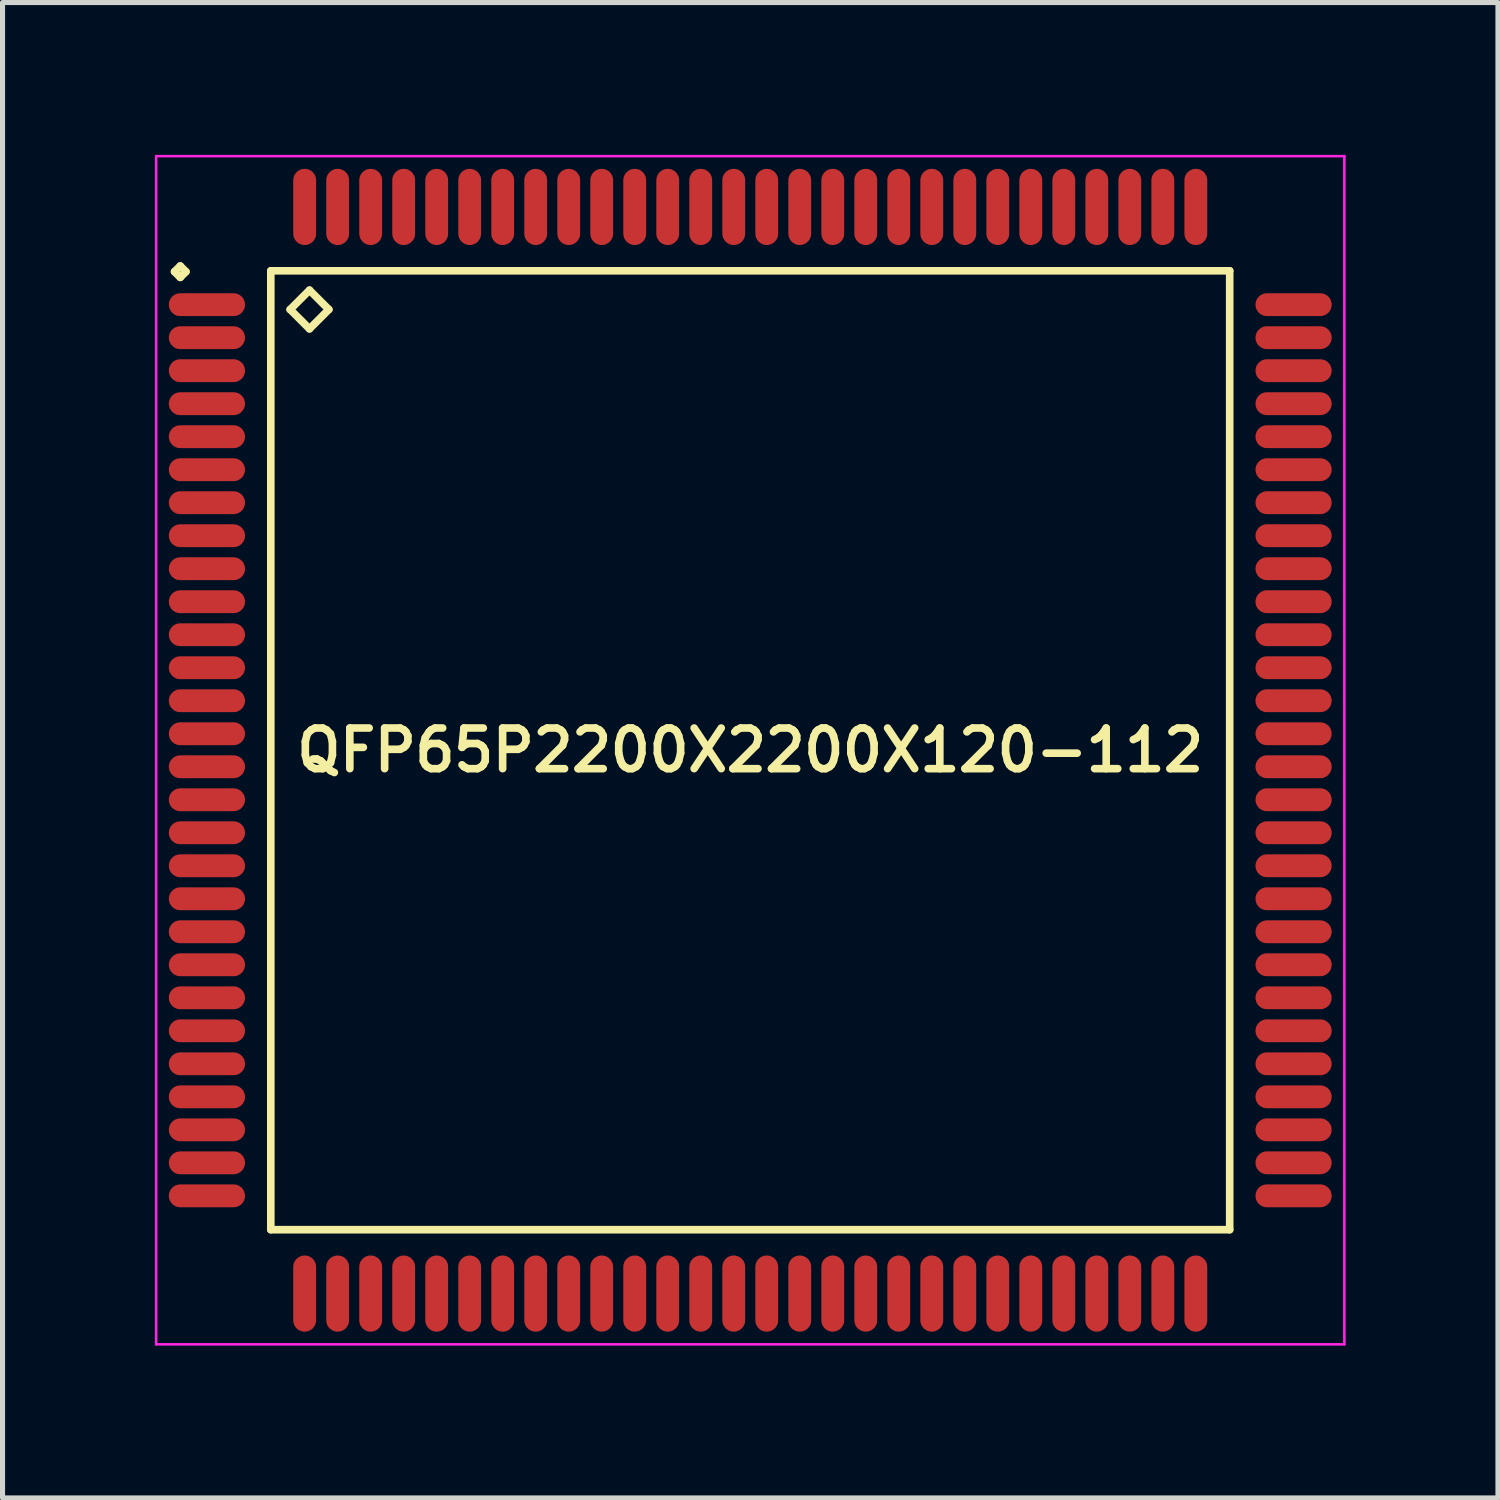
<source format=kicad_pcb>
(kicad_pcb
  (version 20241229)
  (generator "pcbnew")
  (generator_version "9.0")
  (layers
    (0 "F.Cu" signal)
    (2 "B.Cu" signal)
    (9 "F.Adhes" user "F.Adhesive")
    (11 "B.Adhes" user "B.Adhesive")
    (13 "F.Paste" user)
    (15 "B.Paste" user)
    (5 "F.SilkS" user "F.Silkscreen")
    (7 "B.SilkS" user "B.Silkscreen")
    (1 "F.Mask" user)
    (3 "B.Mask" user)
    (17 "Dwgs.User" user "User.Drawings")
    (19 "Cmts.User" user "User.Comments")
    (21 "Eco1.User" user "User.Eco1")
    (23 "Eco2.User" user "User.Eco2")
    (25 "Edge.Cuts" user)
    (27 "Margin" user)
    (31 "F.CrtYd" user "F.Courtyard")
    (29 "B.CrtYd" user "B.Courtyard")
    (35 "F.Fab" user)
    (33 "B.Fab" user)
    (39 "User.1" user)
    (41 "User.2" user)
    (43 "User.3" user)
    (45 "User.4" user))
  (footprint "QFP65P2200X2200X120-112"
    (layer "F.Cu")
    (at 11.725 11.725)
    (property "Reference" "QFP65P2200X2200X120-112" (at 0 0 0) (layer "F.SilkS") (effects (font (size 0.8 0.8) (thickness 0.15))))
    (attr smd)
    (fp_line (start -11.338 -9.425) (end -11.225 -9.537) (stroke (width 0.15) (type solid)) (layer "F.SilkS"))
    (fp_line (start -11.225 -9.537) (end -11.113 -9.425) (stroke (width 0.15) (type solid)) (layer "F.SilkS"))
    (fp_line (start -11.225 -9.312) (end -11.338 -9.425) (stroke (width 0.15) (type solid)) (layer "F.SilkS"))
    (fp_line (start -11.113 -9.425) (end -11.225 -9.312) (stroke (width 0.15) (type solid)) (layer "F.SilkS"))
    (fp_line (start -9.442 -9.442) (end -9.442 9.442) (stroke (width 0.15) (type solid)) (layer "F.SilkS"))
    (fp_line (start -9.442 9.442) (end 9.442 9.442) (stroke (width 0.15) (type solid)) (layer "F.SilkS"))
    (fp_line (start -9.061 -8.68) (end -8.68 -9.061) (stroke (width 0.15) (type solid)) (layer "F.SilkS"))
    (fp_line (start -8.68 -9.061) (end -8.299 -8.68) (stroke (width 0.15) (type solid)) (layer "F.SilkS"))
    (fp_line (start -8.68 -8.299) (end -9.061 -8.68) (stroke (width 0.15) (type solid)) (layer "F.SilkS"))
    (fp_line (start -8.299 -8.68) (end -8.68 -8.299) (stroke (width 0.15) (type solid)) (layer "F.SilkS"))
    (fp_line (start 9.442 -9.442) (end -9.442 -9.442) (stroke (width 0.15) (type solid)) (layer "F.SilkS"))
    (fp_line (start 9.442 9.442) (end 9.442 -9.442) (stroke (width 0.15) (type solid)) (layer "F.SilkS"))
    (fp_line (start -11.7 -11.7) (end 11.7 -11.7) (stroke (width 0.05) (type solid)) (layer "F.CrtYd"))
    (fp_line (start -11.7 11.7) (end -11.7 -11.7) (stroke (width 0.05) (type solid)) (layer "F.CrtYd"))
    (fp_line (start 11.7 -11.7) (end 11.7 11.7) (stroke (width 0.05) (type solid)) (layer "F.CrtYd"))
    (fp_line (start 11.7 11.7) (end -11.7 11.7) (stroke (width 0.05) (type solid)) (layer "F.CrtYd"))
    (pad "1" smd oval (at -10.7 -8.775) (size 1.5 0.45) (layers "F.Cu" "F.Mask" "F.Paste"))
    (pad "2" smd oval (at -10.7 -8.125) (size 1.5 0.45) (layers "F.Cu" "F.Mask" "F.Paste"))
    (pad "3" smd oval (at -10.7 -7.475) (size 1.5 0.45) (layers "F.Cu" "F.Mask" "F.Paste"))
    (pad "4" smd oval (at -10.7 -6.825) (size 1.5 0.45) (layers "F.Cu" "F.Mask" "F.Paste"))
    (pad "5" smd oval (at -10.7 -6.175) (size 1.5 0.45) (layers "F.Cu" "F.Mask" "F.Paste"))
    (pad "6" smd oval (at -10.7 -5.525) (size 1.5 0.45) (layers "F.Cu" "F.Mask" "F.Paste"))
    (pad "7" smd oval (at -10.7 -4.875) (size 1.5 0.45) (layers "F.Cu" "F.Mask" "F.Paste"))
    (pad "8" smd oval (at -10.7 -4.225) (size 1.5 0.45) (layers "F.Cu" "F.Mask" "F.Paste"))
    (pad "9" smd oval (at -10.7 -3.575) (size 1.5 0.45) (layers "F.Cu" "F.Mask" "F.Paste"))
    (pad "10" smd oval (at -10.7 -2.925) (size 1.5 0.45) (layers "F.Cu" "F.Mask" "F.Paste"))
    (pad "11" smd oval (at -10.7 -2.275) (size 1.5 0.45) (layers "F.Cu" "F.Mask" "F.Paste"))
    (pad "12" smd oval (at -10.7 -1.625) (size 1.5 0.45) (layers "F.Cu" "F.Mask" "F.Paste"))
    (pad "13" smd oval (at -10.7 -0.975) (size 1.5 0.45) (layers "F.Cu" "F.Mask" "F.Paste"))
    (pad "14" smd oval (at -10.7 -0.325) (size 1.5 0.45) (layers "F.Cu" "F.Mask" "F.Paste"))
    (pad "15" smd oval (at -10.7 0.325) (size 1.5 0.45) (layers "F.Cu" "F.Mask" "F.Paste"))
    (pad "16" smd oval (at -10.7 0.975) (size 1.5 0.45) (layers "F.Cu" "F.Mask" "F.Paste"))
    (pad "17" smd oval (at -10.7 1.625) (size 1.5 0.45) (layers "F.Cu" "F.Mask" "F.Paste"))
    (pad "18" smd oval (at -10.7 2.275) (size 1.5 0.45) (layers "F.Cu" "F.Mask" "F.Paste"))
    (pad "19" smd oval (at -10.7 2.925) (size 1.5 0.45) (layers "F.Cu" "F.Mask" "F.Paste"))
    (pad "20" smd oval (at -10.7 3.575) (size 1.5 0.45) (layers "F.Cu" "F.Mask" "F.Paste"))
    (pad "21" smd oval (at -10.7 4.225) (size 1.5 0.45) (layers "F.Cu" "F.Mask" "F.Paste"))
    (pad "22" smd oval (at -10.7 4.875) (size 1.5 0.45) (layers "F.Cu" "F.Mask" "F.Paste"))
    (pad "23" smd oval (at -10.7 5.525) (size 1.5 0.45) (layers "F.Cu" "F.Mask" "F.Paste"))
    (pad "24" smd oval (at -10.7 6.175) (size 1.5 0.45) (layers "F.Cu" "F.Mask" "F.Paste"))
    (pad "25" smd oval (at -10.7 6.825) (size 1.5 0.45) (layers "F.Cu" "F.Mask" "F.Paste"))
    (pad "26" smd oval (at -10.7 7.475) (size 1.5 0.45) (layers "F.Cu" "F.Mask" "F.Paste"))
    (pad "27" smd oval (at -10.7 8.125) (size 1.5 0.45) (layers "F.Cu" "F.Mask" "F.Paste"))
    (pad "28" smd oval (at -10.7 8.775) (size 1.5 0.45) (layers "F.Cu" "F.Mask" "F.Paste"))
    (pad "29" smd oval (at -8.775 10.7) (size 0.45 1.5) (layers "F.Cu" "F.Mask" "F.Paste"))
    (pad "30" smd oval (at -8.125 10.7) (size 0.45 1.5) (layers "F.Cu" "F.Mask" "F.Paste"))
    (pad "31" smd oval (at -7.475 10.7) (size 0.45 1.5) (layers "F.Cu" "F.Mask" "F.Paste"))
    (pad "32" smd oval (at -6.825 10.7) (size 0.45 1.5) (layers "F.Cu" "F.Mask" "F.Paste"))
    (pad "33" smd oval (at -6.175 10.7) (size 0.45 1.5) (layers "F.Cu" "F.Mask" "F.Paste"))
    (pad "34" smd oval (at -5.525 10.7) (size 0.45 1.5) (layers "F.Cu" "F.Mask" "F.Paste"))
    (pad "35" smd oval (at -4.875 10.7) (size 0.45 1.5) (layers "F.Cu" "F.Mask" "F.Paste"))
    (pad "36" smd oval (at -4.225 10.7) (size 0.45 1.5) (layers "F.Cu" "F.Mask" "F.Paste"))
    (pad "37" smd oval (at -3.575 10.7) (size 0.45 1.5) (layers "F.Cu" "F.Mask" "F.Paste"))
    (pad "38" smd oval (at -2.925 10.7) (size 0.45 1.5) (layers "F.Cu" "F.Mask" "F.Paste"))
    (pad "39" smd oval (at -2.275 10.7) (size 0.45 1.5) (layers "F.Cu" "F.Mask" "F.Paste"))
    (pad "40" smd oval (at -1.625 10.7) (size 0.45 1.5) (layers "F.Cu" "F.Mask" "F.Paste"))
    (pad "41" smd oval (at -0.975 10.7) (size 0.45 1.5) (layers "F.Cu" "F.Mask" "F.Paste"))
    (pad "42" smd oval (at -0.325 10.7) (size 0.45 1.5) (layers "F.Cu" "F.Mask" "F.Paste"))
    (pad "43" smd oval (at 0.325 10.7) (size 0.45 1.5) (layers "F.Cu" "F.Mask" "F.Paste"))
    (pad "44" smd oval (at 0.975 10.7) (size 0.45 1.5) (layers "F.Cu" "F.Mask" "F.Paste"))
    (pad "45" smd oval (at 1.625 10.7) (size 0.45 1.5) (layers "F.Cu" "F.Mask" "F.Paste"))
    (pad "46" smd oval (at 2.275 10.7) (size 0.45 1.5) (layers "F.Cu" "F.Mask" "F.Paste"))
    (pad "47" smd oval (at 2.925 10.7) (size 0.45 1.5) (layers "F.Cu" "F.Mask" "F.Paste"))
    (pad "48" smd oval (at 3.575 10.7) (size 0.45 1.5) (layers "F.Cu" "F.Mask" "F.Paste"))
    (pad "49" smd oval (at 4.225 10.7) (size 0.45 1.5) (layers "F.Cu" "F.Mask" "F.Paste"))
    (pad "50" smd oval (at 4.875 10.7) (size 0.45 1.5) (layers "F.Cu" "F.Mask" "F.Paste"))
    (pad "51" smd oval (at 5.525 10.7) (size 0.45 1.5) (layers "F.Cu" "F.Mask" "F.Paste"))
    (pad "52" smd oval (at 6.175 10.7) (size 0.45 1.5) (layers "F.Cu" "F.Mask" "F.Paste"))
    (pad "53" smd oval (at 6.825 10.7) (size 0.45 1.5) (layers "F.Cu" "F.Mask" "F.Paste"))
    (pad "54" smd oval (at 7.475 10.7) (size 0.45 1.5) (layers "F.Cu" "F.Mask" "F.Paste"))
    (pad "55" smd oval (at 8.125 10.7) (size 0.45 1.5) (layers "F.Cu" "F.Mask" "F.Paste"))
    (pad "56" smd oval (at 8.775 10.7) (size 0.45 1.5) (layers "F.Cu" "F.Mask" "F.Paste"))
    (pad "57" smd oval (at 10.7 8.775) (size 1.5 0.45) (layers "F.Cu" "F.Mask" "F.Paste"))
    (pad "58" smd oval (at 10.7 8.125) (size 1.5 0.45) (layers "F.Cu" "F.Mask" "F.Paste"))
    (pad "59" smd oval (at 10.7 7.475) (size 1.5 0.45) (layers "F.Cu" "F.Mask" "F.Paste"))
    (pad "60" smd oval (at 10.7 6.825) (size 1.5 0.45) (layers "F.Cu" "F.Mask" "F.Paste"))
    (pad "61" smd oval (at 10.7 6.175) (size 1.5 0.45) (layers "F.Cu" "F.Mask" "F.Paste"))
    (pad "62" smd oval (at 10.7 5.525) (size 1.5 0.45) (layers "F.Cu" "F.Mask" "F.Paste"))
    (pad "63" smd oval (at 10.7 4.875) (size 1.5 0.45) (layers "F.Cu" "F.Mask" "F.Paste"))
    (pad "64" smd oval (at 10.7 4.225) (size 1.5 0.45) (layers "F.Cu" "F.Mask" "F.Paste"))
    (pad "65" smd oval (at 10.7 3.575) (size 1.5 0.45) (layers "F.Cu" "F.Mask" "F.Paste"))
    (pad "66" smd oval (at 10.7 2.925) (size 1.5 0.45) (layers "F.Cu" "F.Mask" "F.Paste"))
    (pad "67" smd oval (at 10.7 2.275) (size 1.5 0.45) (layers "F.Cu" "F.Mask" "F.Paste"))
    (pad "68" smd oval (at 10.7 1.625) (size 1.5 0.45) (layers "F.Cu" "F.Mask" "F.Paste"))
    (pad "69" smd oval (at 10.7 0.975) (size 1.5 0.45) (layers "F.Cu" "F.Mask" "F.Paste"))
    (pad "70" smd oval (at 10.7 0.325) (size 1.5 0.45) (layers "F.Cu" "F.Mask" "F.Paste"))
    (pad "71" smd oval (at 10.7 -0.325) (size 1.5 0.45) (layers "F.Cu" "F.Mask" "F.Paste"))
    (pad "72" smd oval (at 10.7 -0.975) (size 1.5 0.45) (layers "F.Cu" "F.Mask" "F.Paste"))
    (pad "73" smd oval (at 10.7 -1.625) (size 1.5 0.45) (layers "F.Cu" "F.Mask" "F.Paste"))
    (pad "74" smd oval (at 10.7 -2.275) (size 1.5 0.45) (layers "F.Cu" "F.Mask" "F.Paste"))
    (pad "75" smd oval (at 10.7 -2.925) (size 1.5 0.45) (layers "F.Cu" "F.Mask" "F.Paste"))
    (pad "76" smd oval (at 10.7 -3.575) (size 1.5 0.45) (layers "F.Cu" "F.Mask" "F.Paste"))
    (pad "77" smd oval (at 10.7 -4.225) (size 1.5 0.45) (layers "F.Cu" "F.Mask" "F.Paste"))
    (pad "78" smd oval (at 10.7 -4.875) (size 1.5 0.45) (layers "F.Cu" "F.Mask" "F.Paste"))
    (pad "79" smd oval (at 10.7 -5.525) (size 1.5 0.45) (layers "F.Cu" "F.Mask" "F.Paste"))
    (pad "80" smd oval (at 10.7 -6.175) (size 1.5 0.45) (layers "F.Cu" "F.Mask" "F.Paste"))
    (pad "81" smd oval (at 10.7 -6.825) (size 1.5 0.45) (layers "F.Cu" "F.Mask" "F.Paste"))
    (pad "82" smd oval (at 10.7 -7.475) (size 1.5 0.45) (layers "F.Cu" "F.Mask" "F.Paste"))
    (pad "83" smd oval (at 10.7 -8.125) (size 1.5 0.45) (layers "F.Cu" "F.Mask" "F.Paste"))
    (pad "84" smd oval (at 10.7 -8.775) (size 1.5 0.45) (layers "F.Cu" "F.Mask" "F.Paste"))
    (pad "85" smd oval (at 8.775 -10.7) (size 0.45 1.5) (layers "F.Cu" "F.Mask" "F.Paste"))
    (pad "86" smd oval (at 8.125 -10.7) (size 0.45 1.5) (layers "F.Cu" "F.Mask" "F.Paste"))
    (pad "87" smd oval (at 7.475 -10.7) (size 0.45 1.5) (layers "F.Cu" "F.Mask" "F.Paste"))
    (pad "88" smd oval (at 6.825 -10.7) (size 0.45 1.5) (layers "F.Cu" "F.Mask" "F.Paste"))
    (pad "89" smd oval (at 6.175 -10.7) (size 0.45 1.5) (layers "F.Cu" "F.Mask" "F.Paste"))
    (pad "90" smd oval (at 5.525 -10.7) (size 0.45 1.5) (layers "F.Cu" "F.Mask" "F.Paste"))
    (pad "91" smd oval (at 4.875 -10.7) (size 0.45 1.5) (layers "F.Cu" "F.Mask" "F.Paste"))
    (pad "92" smd oval (at 4.225 -10.7) (size 0.45 1.5) (layers "F.Cu" "F.Mask" "F.Paste"))
    (pad "93" smd oval (at 3.575 -10.7) (size 0.45 1.5) (layers "F.Cu" "F.Mask" "F.Paste"))
    (pad "94" smd oval (at 2.925 -10.7) (size 0.45 1.5) (layers "F.Cu" "F.Mask" "F.Paste"))
    (pad "95" smd oval (at 2.275 -10.7) (size 0.45 1.5) (layers "F.Cu" "F.Mask" "F.Paste"))
    (pad "96" smd oval (at 1.625 -10.7) (size 0.45 1.5) (layers "F.Cu" "F.Mask" "F.Paste"))
    (pad "97" smd oval (at 0.975 -10.7) (size 0.45 1.5) (layers "F.Cu" "F.Mask" "F.Paste"))
    (pad "98" smd oval (at 0.325 -10.7) (size 0.45 1.5) (layers "F.Cu" "F.Mask" "F.Paste"))
    (pad "99" smd oval (at -0.325 -10.7) (size 0.45 1.5) (layers "F.Cu" "F.Mask" "F.Paste"))
    (pad "100" smd oval (at -0.975 -10.7) (size 0.45 1.5) (layers "F.Cu" "F.Mask" "F.Paste"))
    (pad "101" smd oval (at -1.625 -10.7) (size 0.45 1.5) (layers "F.Cu" "F.Mask" "F.Paste"))
    (pad "102" smd oval (at -2.275 -10.7) (size 0.45 1.5) (layers "F.Cu" "F.Mask" "F.Paste"))
    (pad "103" smd oval (at -2.925 -10.7) (size 0.45 1.5) (layers "F.Cu" "F.Mask" "F.Paste"))
    (pad "104" smd oval (at -3.575 -10.7) (size 0.45 1.5) (layers "F.Cu" "F.Mask" "F.Paste"))
    (pad "105" smd oval (at -4.225 -10.7) (size 0.45 1.5) (layers "F.Cu" "F.Mask" "F.Paste"))
    (pad "106" smd oval (at -4.875 -10.7) (size 0.45 1.5) (layers "F.Cu" "F.Mask" "F.Paste"))
    (pad "107" smd oval (at -5.525 -10.7) (size 0.45 1.5) (layers "F.Cu" "F.Mask" "F.Paste"))
    (pad "108" smd oval (at -6.175 -10.7) (size 0.45 1.5) (layers "F.Cu" "F.Mask" "F.Paste"))
    (pad "109" smd oval (at -6.825 -10.7) (size 0.45 1.5) (layers "F.Cu" "F.Mask" "F.Paste"))
    (pad "110" smd oval (at -7.475 -10.7) (size 0.45 1.5) (layers "F.Cu" "F.Mask" "F.Paste"))
    (pad "111" smd oval (at -8.125 -10.7) (size 0.45 1.5) (layers "F.Cu" "F.Mask" "F.Paste"))
    (pad "112" smd oval (at -8.775 -10.7) (size 0.45 1.5) (layers "F.Cu" "F.Mask" "F.Paste")))
  (gr_rect
    (start -3 -3)
    (end 26.45 26.45)
    (stroke (width 0.1) (type default))
    (fill no)
    (layer "Edge.Cuts")))
</source>
